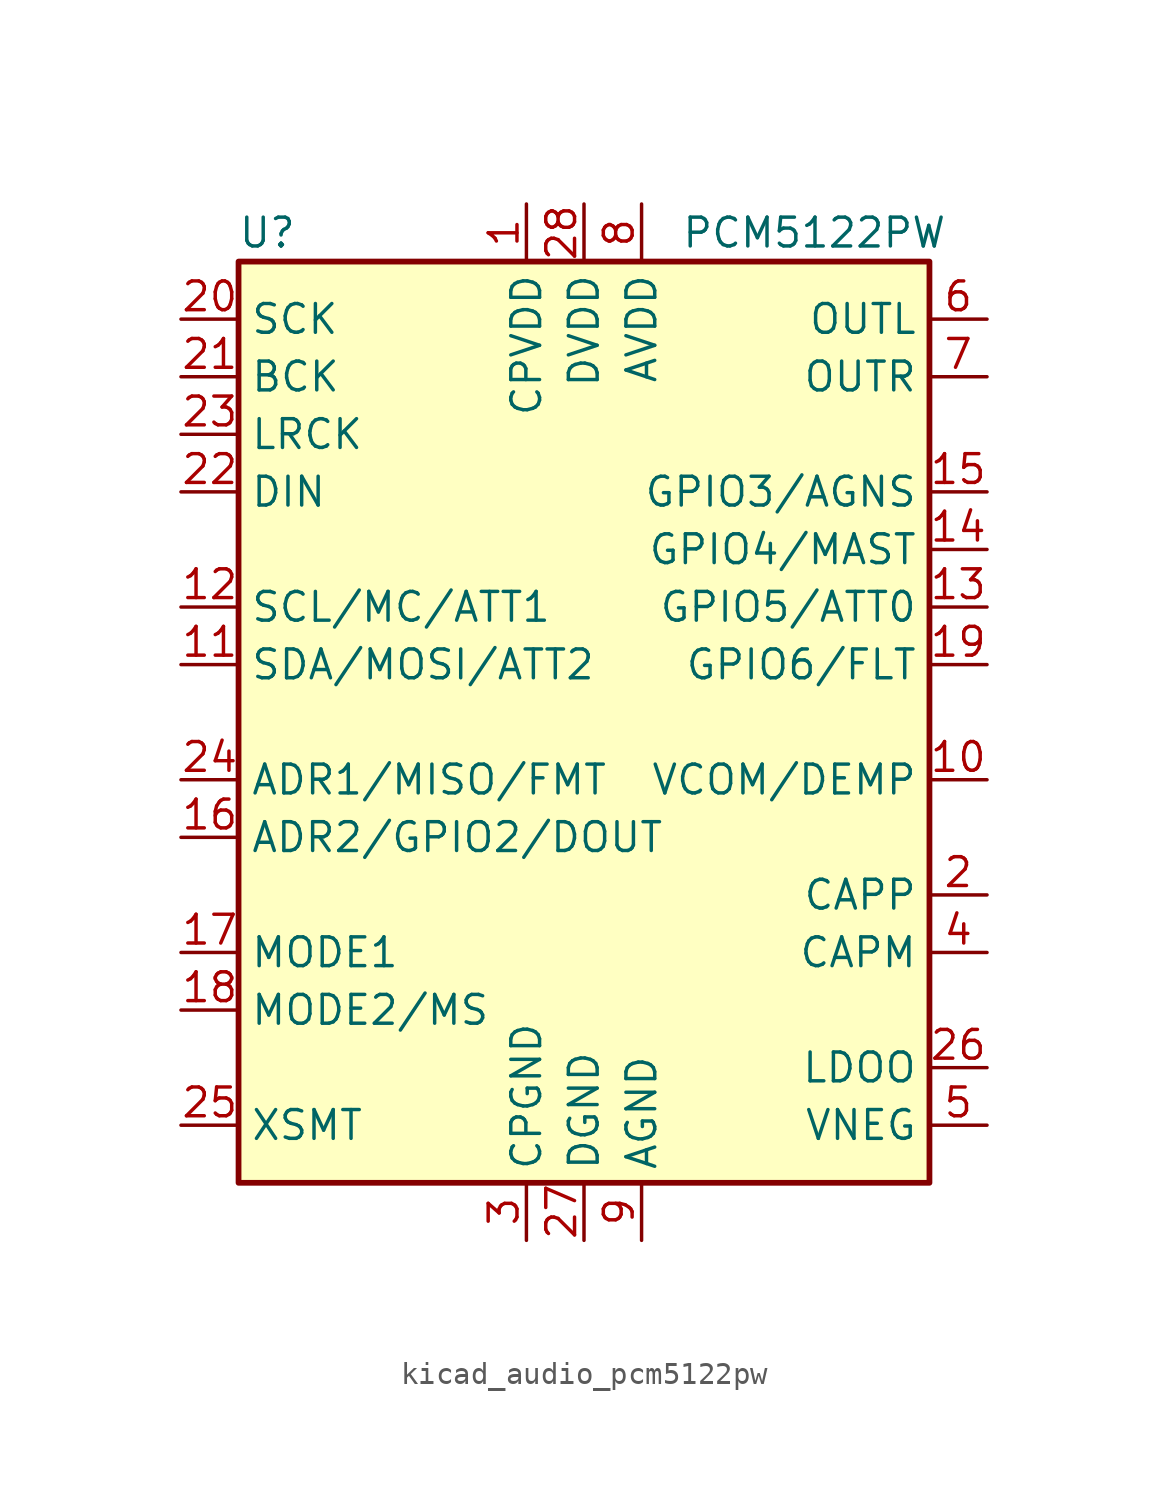
<source format=kicad_sym>
(kicad_symbol_lib
  (version 20220914)
  (generator kicad_symbol_editor)
  (symbol "kicad_audio_pcm5122pw"
    (property "Reference" "U"
      (at -13.97 21.59 0)
      (effects (font (size 1.27 1.27))))
    (property "Value" "PCM5122PW"
      (at 10.16 21.59 0)
      (effects (font (size 1.27 1.27))))
    (symbol "kicad_audio_pcm5122pw_0_1"
      (rectangle (start -15.24 20.32) (end 15.24 -20.32) (stroke (width 0.254) (type default)) (fill (type background))))
    (symbol "kicad_audio_pcm5122pw_1_1"
      (pin power_in line (at -2.54 22.86 270) (length 2.54) (name "CPVDD" (effects (font (size 1.27 1.27)))) (number "1" (effects (font (size 1.27 1.27)))))
      (pin bidirectional line (at 17.78 -2.54 180) (length 2.54) (name "VCOM/DEMP" (effects (font (size 1.27 1.27)))) (number "10" (effects (font (size 1.27 1.27)))))
      (pin bidirectional line (at -17.78 2.54 0) (length 2.54) (name "SDA/MOSI/ATT2" (effects (font (size 1.27 1.27)))) (number "11" (effects (font (size 1.27 1.27)))))
      (pin input line (at -17.78 5.08 0) (length 2.54) (name "SCL/MC/ATT1" (effects (font (size 1.27 1.27)))) (number "12" (effects (font (size 1.27 1.27)))))
      (pin bidirectional line (at 17.78 5.08 180) (length 2.54) (name "GPIO5/ATT0" (effects (font (size 1.27 1.27)))) (number "13" (effects (font (size 1.27 1.27)))))
      (pin bidirectional line (at 17.78 7.62 180) (length 2.54) (name "GPIO4/MAST" (effects (font (size 1.27 1.27)))) (number "14" (effects (font (size 1.27 1.27)))))
      (pin bidirectional line (at 17.78 10.16 180) (length 2.54) (name "GPIO3/AGNS" (effects (font (size 1.27 1.27)))) (number "15" (effects (font (size 1.27 1.27)))))
      (pin bidirectional line (at -17.78 -5.08 0) (length 2.54) (name "ADR2/GPIO2/DOUT" (effects (font (size 1.27 1.27)))) (number "16" (effects (font (size 1.27 1.27)))))
      (pin input line (at -17.78 -10.16 0) (length 2.54) (name "MODE1" (effects (font (size 1.27 1.27)))) (number "17" (effects (font (size 1.27 1.27)))))
      (pin input line (at -17.78 -12.7 0) (length 2.54) (name "MODE2/MS" (effects (font (size 1.27 1.27)))) (number "18" (effects (font (size 1.27 1.27)))))
      (pin bidirectional line (at 17.78 2.54 180) (length 2.54) (name "GPIO6/FLT" (effects (font (size 1.27 1.27)))) (number "19" (effects (font (size 1.27 1.27)))))
      (pin passive line (at 17.78 -7.62 180) (length 2.54) (name "CAPP" (effects (font (size 1.27 1.27)))) (number "2" (effects (font (size 1.27 1.27)))))
      (pin input line (at -17.78 17.78 0) (length 2.54) (name "SCK" (effects (font (size 1.27 1.27)))) (number "20" (effects (font (size 1.27 1.27)))))
      (pin bidirectional line (at -17.78 15.24 0) (length 2.54) (name "BCK" (effects (font (size 1.27 1.27)))) (number "21" (effects (font (size 1.27 1.27)))))
      (pin input line (at -17.78 10.16 0) (length 2.54) (name "DIN" (effects (font (size 1.27 1.27)))) (number "22" (effects (font (size 1.27 1.27)))))
      (pin bidirectional line (at -17.78 12.7 0) (length 2.54) (name "LRCK" (effects (font (size 1.27 1.27)))) (number "23" (effects (font (size 1.27 1.27)))))
      (pin bidirectional line (at -17.78 -2.54 0) (length 2.54) (name "ADR1/MISO/FMT" (effects (font (size 1.27 1.27)))) (number "24" (effects (font (size 1.27 1.27)))))
      (pin input line (at -17.78 -17.78 0) (length 2.54) (name "XSMT" (effects (font (size 1.27 1.27)))) (number "25" (effects (font (size 1.27 1.27)))))
      (pin passive line (at 17.78 -15.24 180) (length 2.54) (name "LDOO" (effects (font (size 1.27 1.27)))) (number "26" (effects (font (size 1.27 1.27)))))
      (pin power_in line (at 0 -22.86 90) (length 2.54) (name "DGND" (effects (font (size 1.27 1.27)))) (number "27" (effects (font (size 1.27 1.27)))))
      (pin power_in line (at 0 22.86 270) (length 2.54) (name "DVDD" (effects (font (size 1.27 1.27)))) (number "28" (effects (font (size 1.27 1.27)))))
      (pin power_in line (at -2.54 -22.86 90) (length 2.54) (name "CPGND" (effects (font (size 1.27 1.27)))) (number "3" (effects (font (size 1.27 1.27)))))
      (pin passive line (at 17.78 -10.16 180) (length 2.54) (name "CAPM" (effects (font (size 1.27 1.27)))) (number "4" (effects (font (size 1.27 1.27)))))
      (pin passive line (at 17.78 -17.78 180) (length 2.54) (name "VNEG" (effects (font (size 1.27 1.27)))) (number "5" (effects (font (size 1.27 1.27)))))
      (pin output line (at 17.78 17.78 180) (length 2.54) (name "OUTL" (effects (font (size 1.27 1.27)))) (number "6" (effects (font (size 1.27 1.27)))))
      (pin output line (at 17.78 15.24 180) (length 2.54) (name "OUTR" (effects (font (size 1.27 1.27)))) (number "7" (effects (font (size 1.27 1.27)))))
      (pin power_in line (at 2.54 22.86 270) (length 2.54) (name "AVDD" (effects (font (size 1.27 1.27)))) (number "8" (effects (font (size 1.27 1.27)))))
      (pin power_in line (at 2.54 -22.86 90) (length 2.54) (name "AGND" (effects (font (size 1.27 1.27)))) (number "9" (effects (font (size 1.27 1.27))))))))
</source>
